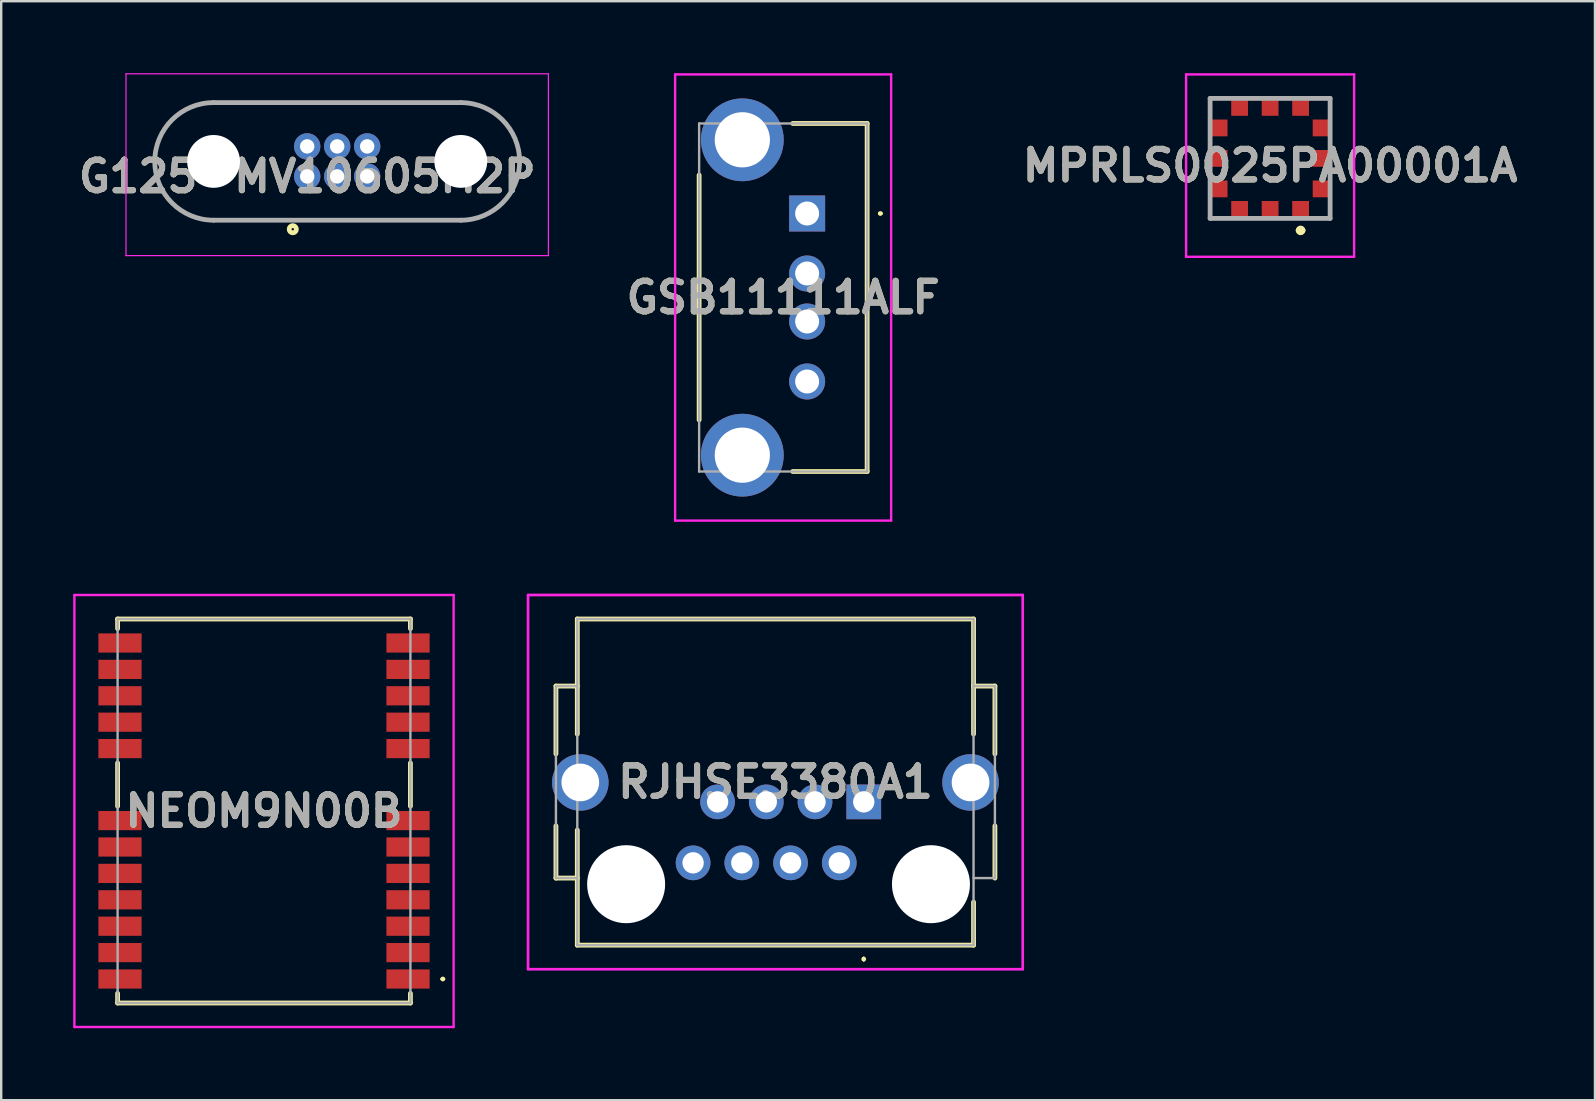
<source format=kicad_pcb>
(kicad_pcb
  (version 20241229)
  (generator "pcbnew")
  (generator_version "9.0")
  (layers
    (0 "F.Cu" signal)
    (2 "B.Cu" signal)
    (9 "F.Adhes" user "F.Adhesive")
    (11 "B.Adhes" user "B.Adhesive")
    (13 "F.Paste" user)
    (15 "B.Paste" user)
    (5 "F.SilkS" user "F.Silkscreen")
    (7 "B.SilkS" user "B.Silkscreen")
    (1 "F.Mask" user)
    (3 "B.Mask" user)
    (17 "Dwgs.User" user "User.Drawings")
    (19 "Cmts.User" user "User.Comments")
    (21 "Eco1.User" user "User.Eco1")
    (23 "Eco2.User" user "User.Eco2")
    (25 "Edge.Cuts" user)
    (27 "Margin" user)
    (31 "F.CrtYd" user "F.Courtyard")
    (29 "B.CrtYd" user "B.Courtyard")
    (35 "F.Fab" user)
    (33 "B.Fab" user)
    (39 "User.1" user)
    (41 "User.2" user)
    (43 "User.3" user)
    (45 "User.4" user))
  (footprint "RJHSE3380A1"
    (layer "F.Cu")
    (at 32.938 30.36)
    (property "Reference" "RJHSE3380A1" (at -3.68 -0.825 0) (layer "F.SilkS") (effects (font (size 1.27 1.27) (thickness 0.254))))
    (attr through_hole)
    (fp_line (start -12.825 -4.825) (end -11.935 -4.825) (stroke (width 0.2) (type solid)) (layer "F.SilkS"))
    (fp_line (start -12.825 -2) (end -12.825 -4.825) (stroke (width 0.2) (type solid)) (layer "F.SilkS"))
    (fp_line (start -12.825 1) (end -12.825 3.175) (stroke (width 0.2) (type solid)) (layer "F.SilkS"))
    (fp_line (start -12.825 3.175) (end -11.935 3.175) (stroke (width 0.2) (type solid)) (layer "F.SilkS"))
    (fp_line (start -11.935 -7.62) (end 4.575 -7.62) (stroke (width 0.2) (type solid)) (layer "F.SilkS"))
    (fp_line (start -11.935 -2.825) (end -11.935 -7.62) (stroke (width 0.2) (type solid)) (layer "F.SilkS"))
    (fp_line (start -11.935 1.175) (end -11.935 5.97) (stroke (width 0.2) (type solid)) (layer "F.SilkS"))
    (fp_line (start -11.935 5.97) (end 4.575 5.97) (stroke (width 0.2) (type solid)) (layer "F.SilkS"))
    (fp_line (start 0 6.5) (end 0 6.5) (stroke (width 0.1) (type solid)) (layer "F.SilkS"))
    (fp_line (start 0 6.6) (end 0 6.6) (stroke (width 0.1) (type solid)) (layer "F.SilkS"))
    (fp_line (start 4.575 -7.62) (end 4.575 -2.825) (stroke (width 0.2) (type solid)) (layer "F.SilkS"))
    (fp_line (start 4.575 -4.825) (end 5.465 -4.825) (stroke (width 0.2) (type solid)) (layer "F.SilkS"))
    (fp_line (start 4.575 5.97) (end 4.575 4.175) (stroke (width 0.2) (type solid)) (layer "F.SilkS"))
    (fp_line (start 5.465 -4.825) (end 5.465 -2) (stroke (width 0.2) (type solid)) (layer "F.SilkS"))
    (fp_line (start 5.465 1) (end 5.465 3.175) (stroke (width 0.2) (type solid)) (layer "F.SilkS"))
    (fp_arc (start 0 6.5) (mid 0.05 6.55) (end 0 6.6) (stroke (width 0.1) (type solid)) (layer "F.SilkS"))
    (fp_arc (start 0 6.6) (mid -0.05 6.55) (end 0 6.5) (stroke (width 0.1) (type solid)) (layer "F.SilkS"))
    (fp_line (start -13.988 -8.62) (end 6.628 -8.62) (stroke (width 0.1) (type solid)) (layer "F.CrtYd"))
    (fp_line (start -13.988 -8.62) (end 6.628 -8.62) (stroke (width 0.1) (type solid)) (layer "F.CrtYd"))
    (fp_line (start -13.988 6.97) (end -13.988 -8.62) (stroke (width 0.1) (type solid)) (layer "F.CrtYd"))
    (fp_line (start -13.988 6.97) (end -13.988 -8.62) (stroke (width 0.1) (type solid)) (layer "F.CrtYd"))
    (fp_line (start 6.628 -8.62) (end 6.628 6.97) (stroke (width 0.1) (type solid)) (layer "F.CrtYd"))
    (fp_line (start 6.628 -8.62) (end 6.628 6.97) (stroke (width 0.1) (type solid)) (layer "F.CrtYd"))
    (fp_line (start 6.628 6.97) (end -13.988 6.97) (stroke (width 0.1) (type solid)) (layer "F.CrtYd"))
    (fp_line (start 6.628 6.97) (end -13.988 6.97) (stroke (width 0.1) (type solid)) (layer "F.CrtYd"))
    (fp_line (start -12.825 -4.825) (end -12.825 3.175) (stroke (width 0.1) (type solid)) (layer "F.Fab"))
    (fp_line (start -12.825 3.175) (end -11.935 3.175) (stroke (width 0.1) (type solid)) (layer "F.Fab"))
    (fp_line (start -11.935 -7.62) (end 4.575 -7.62) (stroke (width 0.1) (type solid)) (layer "F.Fab"))
    (fp_line (start -11.935 -4.825) (end -12.825 -4.825) (stroke (width 0.1) (type solid)) (layer "F.Fab"))
    (fp_line (start -11.935 5.97) (end -11.935 -7.62) (stroke (width 0.1) (type solid)) (layer "F.Fab"))
    (fp_line (start 4.575 -7.62) (end 4.575 5.97) (stroke (width 0.1) (type solid)) (layer "F.Fab"))
    (fp_line (start 4.575 -4.825) (end 5.465 -4.825) (stroke (width 0.1) (type solid)) (layer "F.Fab"))
    (fp_line (start 4.575 5.97) (end -11.935 5.97) (stroke (width 0.1) (type solid)) (layer "F.Fab"))
    (fp_line (start 5.465 -4.825) (end 5.465 3.175) (stroke (width 0.1) (type solid)) (layer "F.Fab"))
    (fp_line (start 5.465 3.175) (end 4.575 3.175) (stroke (width 0.1) (type solid)) (layer "F.Fab"))
    (fp_text user "${REFERENCE}" (at -3.68 -0.825 0) (layer "F.Fab") (effects (font (size 1.27 1.27) (thickness 0.254))))
    (pad "" np_thru_hole circle (at -9.9 3.43) (size 3.25 3.25) (drill 3.25) (layers "*.Cu" "*.Mask"))
    (pad "" np_thru_hole circle (at 2.8 3.43) (size 3.25 3.25) (drill 3.25) (layers "*.Cu" "*.Mask"))
    (pad "1" thru_hole rect (at 0 0) (size 1.446 1.446) (drill 0.89) (layers "*.Cu" "*.Mask"))
    (pad "2" thru_hole circle (at -1.02 2.54) (size 1.446 1.446) (drill 0.89) (layers "*.Cu" "*.Mask"))
    (pad "3" thru_hole circle (at -2.03 0) (size 1.446 1.446) (drill 0.89) (layers "*.Cu" "*.Mask"))
    (pad "4" thru_hole circle (at -3.05 2.54) (size 1.446 1.446) (drill 0.89) (layers "*.Cu" "*.Mask"))
    (pad "5" thru_hole circle (at -4.06 0) (size 1.446 1.446) (drill 0.89) (layers "*.Cu" "*.Mask"))
    (pad "6" thru_hole circle (at -5.08 2.54) (size 1.446 1.446) (drill 0.89) (layers "*.Cu" "*.Mask"))
    (pad "7" thru_hole circle (at -6.09 0) (size 1.446 1.446) (drill 0.89) (layers "*.Cu" "*.Mask"))
    (pad "8" thru_hole circle (at -7.11 2.54) (size 1.446 1.446) (drill 0.89) (layers "*.Cu" "*.Mask"))
    (pad "MH1" thru_hole circle (at 4.45 -0.81) (size 2.355 2.355) (drill 1.57) (layers "*.Cu" "*.Mask"))
    (pad "MH2" thru_hole circle (at -11.81 -0.81) (size 2.355 2.355) (drill 1.57) (layers "*.Cu" "*.Mask")))
  (footprint "NEOM9N00B"
    (layer "F.Cu")
    (at 7.95 30.74)
    (property "Reference" "NEOM9N00B" (at 0 0 0) (layer "F.SilkS") (effects (font (size 1.27 1.27) (thickness 0.254))))
    (attr smd)
    (fp_line (start -6.1 -8) (end 6.1 -8) (stroke (width 0.2) (type solid)) (layer "F.SilkS"))
    (fp_line (start -6.1 -7.6) (end -6.1 -8) (stroke (width 0.2) (type solid)) (layer "F.SilkS"))
    (fp_line (start -6.1 -2) (end -6.1 -0.2) (stroke (width 0.2) (type solid)) (layer "F.SilkS"))
    (fp_line (start -6.1 8) (end -6.1 7.6) (stroke (width 0.2) (type solid)) (layer "F.SilkS"))
    (fp_line (start 6.1 -8) (end 6.1 -7.6) (stroke (width 0.2) (type solid)) (layer "F.SilkS"))
    (fp_line (start 6.1 -2) (end 6.1 -0.2) (stroke (width 0.2) (type solid)) (layer "F.SilkS"))
    (fp_line (start 6.1 7.6) (end 6.1 8) (stroke (width 0.2) (type solid)) (layer "F.SilkS"))
    (fp_line (start 6.1 8) (end -6.1 8) (stroke (width 0.2) (type solid)) (layer "F.SilkS"))
    (fp_line (start 7.4 7) (end 7.4 7) (stroke (width 0.1) (type solid)) (layer "F.SilkS"))
    (fp_line (start 7.5 7) (end 7.5 7) (stroke (width 0.1) (type solid)) (layer "F.SilkS"))
    (fp_arc (start 7.4 7) (mid 7.45 6.95) (end 7.5 7) (stroke (width 0.1) (type solid)) (layer "F.SilkS"))
    (fp_arc (start 7.5 7) (mid 7.45 7.05) (end 7.4 7) (stroke (width 0.1) (type solid)) (layer "F.SilkS"))
    (fp_line (start -7.9 -9) (end 7.9 -9) (stroke (width 0.1) (type solid)) (layer "F.CrtYd"))
    (fp_line (start -7.9 9) (end -7.9 -9) (stroke (width 0.1) (type solid)) (layer "F.CrtYd"))
    (fp_line (start 7.9 -9) (end 7.9 9) (stroke (width 0.1) (type solid)) (layer "F.CrtYd"))
    (fp_line (start 7.9 9) (end -7.9 9) (stroke (width 0.1) (type solid)) (layer "F.CrtYd"))
    (fp_line (start -6.1 -8) (end -6.1 8) (stroke (width 0.1) (type solid)) (layer "F.Fab"))
    (fp_line (start -6.1 8) (end 6.1 8) (stroke (width 0.1) (type solid)) (layer "F.Fab"))
    (fp_line (start 6.1 -8) (end -6.1 -8) (stroke (width 0.1) (type solid)) (layer "F.Fab"))
    (fp_line (start 6.1 8) (end 6.1 -8) (stroke (width 0.1) (type solid)) (layer "F.Fab"))
    (fp_text user "${REFERENCE}" (at 0 0 0) (layer "F.Fab") (effects (font (size 1.27 1.27) (thickness 0.254))))
    (pad "1" smd rect (at 6 7 90) (size 0.8 1.8) (layers "F.Cu" "F.Mask" "F.Paste"))
    (pad "2" smd rect (at 6 5.9 90) (size 0.8 1.8) (layers "F.Cu" "F.Mask" "F.Paste"))
    (pad "3" smd rect (at 6 4.8 90) (size 0.8 1.8) (layers "F.Cu" "F.Mask" "F.Paste"))
    (pad "4" smd rect (at 6 3.7 90) (size 0.8 1.8) (layers "F.Cu" "F.Mask" "F.Paste"))
    (pad "5" smd rect (at 6 2.6 90) (size 0.8 1.8) (layers "F.Cu" "F.Mask" "F.Paste"))
    (pad "6" smd rect (at 6 1.5 90) (size 0.8 1.8) (layers "F.Cu" "F.Mask" "F.Paste"))
    (pad "7" smd rect (at 6 0.4 90) (size 0.8 1.8) (layers "F.Cu" "F.Mask" "F.Paste"))
    (pad "8" smd rect (at 6 -2.6 90) (size 0.8 1.8) (layers "F.Cu" "F.Mask" "F.Paste"))
    (pad "9" smd rect (at 6 -3.7 90) (size 0.8 1.8) (layers "F.Cu" "F.Mask" "F.Paste"))
    (pad "10" smd rect (at 6 -4.8 90) (size 0.8 1.8) (layers "F.Cu" "F.Mask" "F.Paste"))
    (pad "11" smd rect (at 6 -5.9 90) (size 0.8 1.8) (layers "F.Cu" "F.Mask" "F.Paste"))
    (pad "12" smd rect (at 6 -7 90) (size 0.8 1.8) (layers "F.Cu" "F.Mask" "F.Paste"))
    (pad "13" smd rect (at -6 -7 90) (size 0.8 1.8) (layers "F.Cu" "F.Mask" "F.Paste"))
    (pad "14" smd rect (at -6 -5.9 90) (size 0.8 1.8) (layers "F.Cu" "F.Mask" "F.Paste"))
    (pad "15" smd rect (at -6 -4.8 90) (size 0.8 1.8) (layers "F.Cu" "F.Mask" "F.Paste"))
    (pad "16" smd rect (at -6 -3.7 90) (size 0.8 1.8) (layers "F.Cu" "F.Mask" "F.Paste"))
    (pad "17" smd rect (at -6 -2.6 90) (size 0.8 1.8) (layers "F.Cu" "F.Mask" "F.Paste"))
    (pad "18" smd rect (at -6 0.4 90) (size 0.8 1.8) (layers "F.Cu" "F.Mask" "F.Paste"))
    (pad "19" smd rect (at -6 1.5 90) (size 0.8 1.8) (layers "F.Cu" "F.Mask" "F.Paste"))
    (pad "20" smd rect (at -6 2.6 90) (size 0.8 1.8) (layers "F.Cu" "F.Mask" "F.Paste"))
    (pad "21" smd rect (at -6 3.7 90) (size 0.8 1.8) (layers "F.Cu" "F.Mask" "F.Paste"))
    (pad "22" smd rect (at -6 4.8 90) (size 0.8 1.8) (layers "F.Cu" "F.Mask" "F.Paste"))
    (pad "23" smd rect (at -6 5.9 90) (size 0.8 1.8) (layers "F.Cu" "F.Mask" "F.Paste"))
    (pad "24" smd rect (at -6 7 90) (size 0.8 1.8) (layers "F.Cu" "F.Mask" "F.Paste")))
  (footprint "GSB11111ALF"
    (layer "F.Cu")
    (at 30.579 5.845)
    (property "Reference" "GSB11111ALF" (at -1 3.5 0) (layer "F.SilkS") (effects (font (size 1.27 1.27) (thickness 0.254))))
    (attr through_hole)
    (fp_line (start -4.5 -1.6) (end -4.5 8.6) (stroke (width 0.2) (type solid)) (layer "F.SilkS"))
    (fp_line (start -0.6 -3.75) (end 2.5 -3.75) (stroke (width 0.2) (type solid)) (layer "F.SilkS"))
    (fp_line (start 2.5 -3.75) (end 2.5 10.75) (stroke (width 0.2) (type solid)) (layer "F.SilkS"))
    (fp_line (start 2.5 10.75) (end -0.6 10.75) (stroke (width 0.2) (type solid)) (layer "F.SilkS"))
    (fp_line (start 3 0) (end 3 0) (stroke (width 0.1) (type solid)) (layer "F.SilkS"))
    (fp_line (start 3.1 0) (end 3.1 0) (stroke (width 0.1) (type solid)) (layer "F.SilkS"))
    (fp_arc (start 3 0) (mid 3.05 -0.05) (end 3.1 0) (stroke (width 0.1) (type solid)) (layer "F.SilkS"))
    (fp_arc (start 3.1 0) (mid 3.05 0.05) (end 3 0) (stroke (width 0.1) (type solid)) (layer "F.SilkS"))
    (fp_line (start -5.5 -5.795) (end 3.5 -5.795) (stroke (width 0.1) (type solid)) (layer "F.CrtYd"))
    (fp_line (start -5.5 12.795) (end -5.5 -5.795) (stroke (width 0.1) (type solid)) (layer "F.CrtYd"))
    (fp_line (start 3.5 -5.795) (end 3.5 12.795) (stroke (width 0.1) (type solid)) (layer "F.CrtYd"))
    (fp_line (start 3.5 12.795) (end -5.5 12.795) (stroke (width 0.1) (type solid)) (layer "F.CrtYd"))
    (fp_line (start -4.5 -3.75) (end 2.5 -3.75) (stroke (width 0.1) (type solid)) (layer "F.Fab"))
    (fp_line (start -4.5 10.75) (end -4.5 -3.75) (stroke (width 0.1) (type solid)) (layer "F.Fab"))
    (fp_line (start 2.5 -3.75) (end 2.5 10.75) (stroke (width 0.1) (type solid)) (layer "F.Fab"))
    (fp_line (start 2.5 10.75) (end -4.5 10.75) (stroke (width 0.1) (type solid)) (layer "F.Fab"))
    (fp_text user "${REFERENCE}" (at -1 3.5 0) (layer "F.Fab") (effects (font (size 1.27 1.27) (thickness 0.254))))
    (pad "1" thru_hole rect (at 0 0) (size 1.5 1.5) (drill 1) (layers "*.Cu" "*.Mask"))
    (pad "2" thru_hole circle (at 0 2.5) (size 1.5 1.5) (drill 1) (layers "*.Cu" "*.Mask"))
    (pad "3" thru_hole circle (at 0 4.5) (size 1.5 1.5) (drill 1) (layers "*.Cu" "*.Mask"))
    (pad "4" thru_hole circle (at 0 7) (size 1.5 1.5) (drill 1) (layers "*.Cu" "*.Mask"))
    (pad "MH1" thru_hole circle (at -2.7 -3.07) (size 3.45 3.45) (drill 2.3) (layers "*.Cu" "*.Mask"))
    (pad "MH2" thru_hole circle (at -2.7 10.07) (size 3.45 3.45) (drill 2.3) (layers "*.Cu" "*.Mask")))
  (footprint "MPRLS0025PA00001A"
    (layer "F.Cu")
    (at 49.869 3.55)
    (property "Reference" "MPRLS0025PA00001A" (at 0 0.3 0) (layer "F.SilkS") (effects (font (size 1.27 1.27) (thickness 0.254))))
    (attr smd)
    (fp_line (start -2.5 -2.5) (end -2.5 -1.9) (stroke (width 0.1) (type solid)) (layer "F.SilkS"))
    (fp_line (start -2.5 2.5) (end -2.5 1.9) (stroke (width 0.1) (type solid)) (layer "F.SilkS"))
    (fp_line (start -1.9 -2.5) (end -2.5 -2.5) (stroke (width 0.1) (type solid)) (layer "F.SilkS"))
    (fp_line (start -1.9 2.5) (end -2.5 2.5) (stroke (width 0.1) (type solid)) (layer "F.SilkS"))
    (fp_line (start 1.17 3) (end 1.17 3) (stroke (width 0.2) (type solid)) (layer "F.SilkS"))
    (fp_line (start 1.37 3) (end 1.37 3) (stroke (width 0.2) (type solid)) (layer "F.SilkS"))
    (fp_line (start 2.5 -2.5) (end 1.9 -2.5) (stroke (width 0.1) (type solid)) (layer "F.SilkS"))
    (fp_line (start 2.5 -1.9) (end 2.5 -2.5) (stroke (width 0.1) (type solid)) (layer "F.SilkS"))
    (fp_line (start 2.5 1.9) (end 2.5 2.5) (stroke (width 0.1) (type solid)) (layer "F.SilkS"))
    (fp_line (start 2.5 2.5) (end 1.9 2.5) (stroke (width 0.1) (type solid)) (layer "F.SilkS"))
    (fp_arc (start 1.17 3) (mid 1.27 2.9) (end 1.37 3) (stroke (width 0.2) (type solid)) (layer "F.SilkS"))
    (fp_arc (start 1.37 3) (mid 1.27 3.1) (end 1.17 3) (stroke (width 0.2) (type solid)) (layer "F.SilkS"))
    (fp_line (start -3.5 -3.5) (end -3.5 4.1) (stroke (width 0.1) (type solid)) (layer "F.CrtYd"))
    (fp_line (start -3.5 4.1) (end 3.5 4.1) (stroke (width 0.1) (type solid)) (layer "F.CrtYd"))
    (fp_line (start 3.5 -3.5) (end -3.5 -3.5) (stroke (width 0.1) (type solid)) (layer "F.CrtYd"))
    (fp_line (start 3.5 4.1) (end 3.5 -3.5) (stroke (width 0.1) (type solid)) (layer "F.CrtYd"))
    (fp_line (start -2.5 -2.5) (end -2.5 2.5) (stroke (width 0.2) (type solid)) (layer "F.Fab"))
    (fp_line (start -2.5 2.5) (end 2.5 2.5) (stroke (width 0.2) (type solid)) (layer "F.Fab"))
    (fp_line (start 2.5 -2.5) (end -2.5 -2.5) (stroke (width 0.2) (type solid)) (layer "F.Fab"))
    (fp_line (start 2.5 2.5) (end 2.5 -2.5) (stroke (width 0.2) (type solid)) (layer "F.Fab"))
    (fp_text user "${REFERENCE}" (at 0 0.3 0) (layer "F.Fab") (effects (font (size 1.27 1.27) (thickness 0.254))))
    (pad "1" smd rect (at 1.27 2.1 90) (size 0.65 0.7) (layers "F.Cu" "F.Mask" "F.Paste"))
    (pad "2" smd rect (at 0 2.1 90) (size 0.65 0.7) (layers "F.Cu" "F.Mask" "F.Paste"))
    (pad "3" smd rect (at -1.27 2.1 90) (size 0.65 0.7) (layers "F.Cu" "F.Mask" "F.Paste"))
    (pad "4" smd rect (at -2.1 1.27) (size 0.65 0.7) (layers "F.Cu" "F.Mask" "F.Paste"))
    (pad "5" smd rect (at -2.1 0) (size 0.65 0.7) (layers "F.Cu" "F.Mask" "F.Paste"))
    (pad "6" smd rect (at -2.1 -1.27) (size 0.65 0.7) (layers "F.Cu" "F.Mask" "F.Paste"))
    (pad "7" smd rect (at -1.27 -2.1 90) (size 0.65 0.7) (layers "F.Cu" "F.Mask" "F.Paste"))
    (pad "8" smd rect (at 0 -2.1 90) (size 0.65 0.7) (layers "F.Cu" "F.Mask" "F.Paste"))
    (pad "9" smd rect (at 1.27 -2.1 90) (size 0.65 0.7) (layers "F.Cu" "F.Mask" "F.Paste"))
    (pad "10" smd rect (at 2.1 -1.27) (size 0.65 0.7) (layers "F.Cu" "F.Mask" "F.Paste"))
    (pad "11" smd rect (at 2.1 0) (size 0.65 0.7) (layers "F.Cu" "F.Mask" "F.Paste"))
    (pad "12" smd rect (at 2.1 1.27) (size 0.65 0.7) (layers "F.Cu" "F.Mask" "F.Paste")))
  (footprint "G125-MV10605M2P"
    (layer "F.Cu")
    (at 9.749 4.3)
    (property "Reference" "G125-MV10605M2P" (at 0 0 0) (layer "F.SilkS") (effects (font (size 1.27 1.27) (thickness 0.254))))
    (attr through_hole)
    (fp_line (start -3.9 -3.075) (end 6.4 -3.075) (stroke (width 0.1) (type solid)) (layer "F.SilkS"))
    (fp_line (start 6.4 1.825) (end -3.9 1.825) (stroke (width 0.1) (type solid)) (layer "F.SilkS"))
    (fp_arc (start -3.9 1.825) (mid -6.35 -0.625) (end -3.9 -3.075) (stroke (width 0.1) (type solid)) (layer "F.SilkS"))
    (fp_arc (start 6.4 -3.075) (mid 8.85 -0.625) (end 6.4 1.825) (stroke (width 0.1) (type solid)) (layer "F.SilkS"))
    (fp_circle (center -0.6 2.2) (end -0.6 2.25) (stroke (width 0.2) (type solid)) (fill no) (layer "F.SilkS"))
    (fp_line (start -7.55 -4.275) (end 10.05 -4.275) (stroke (width 0.05) (type solid)) (layer "F.CrtYd"))
    (fp_line (start -7.55 3.3) (end -7.55 -4.275) (stroke (width 0.05) (type solid)) (layer "F.CrtYd"))
    (fp_line (start 10.05 -4.275) (end 10.05 3.3) (stroke (width 0.05) (type solid)) (layer "F.CrtYd"))
    (fp_line (start 10.05 3.3) (end -7.55 3.3) (stroke (width 0.05) (type solid)) (layer "F.CrtYd"))
    (fp_line (start -3.9 -3.075) (end 6.4 -3.075) (stroke (width 0.2) (type solid)) (layer "F.Fab"))
    (fp_line (start 6.4 1.825) (end -3.9 1.825) (stroke (width 0.2) (type solid)) (layer "F.Fab"))
    (fp_arc (start -3.9 1.825) (mid -6.35 -0.625) (end -3.9 -3.075) (stroke (width 0.2) (type solid)) (layer "F.Fab"))
    (fp_arc (start 6.4 -3.075) (mid 8.85 -0.625) (end 6.4 1.825) (stroke (width 0.2) (type solid)) (layer "F.Fab"))
    (fp_text user "${REFERENCE}" (at 0 0 0) (layer "F.Fab") (effects (font (size 1.27 1.27) (thickness 0.254))))
    (pad "" np_thru_hole circle (at -3.9 -0.625) (size 2.2 2.2) (drill 2.2) (layers "*.Cu" "*.Mask"))
    (pad "" np_thru_hole circle (at 6.4 -0.625) (size 2.2 2.2) (drill 2.2) (layers "*.Cu" "*.Mask"))
    (pad "1" thru_hole circle (at 0 0) (size 1.1 1.1) (drill 0.6) (layers "*.Cu" "*.Mask"))
    (pad "2" thru_hole circle (at 1.25 0) (size 1.1 1.1) (drill 0.6) (layers "*.Cu" "*.Mask"))
    (pad "3" thru_hole circle (at 2.5 0) (size 1.1 1.1) (drill 0.6) (layers "*.Cu" "*.Mask"))
    (pad "4" thru_hole circle (at 0 -1.25) (size 1.1 1.1) (drill 0.6) (layers "*.Cu" "*.Mask"))
    (pad "5" thru_hole circle (at 1.25 -1.25) (size 1.1 1.1) (drill 0.6) (layers "*.Cu" "*.Mask"))
    (pad "6" thru_hole circle (at 2.5 -1.25) (size 1.1 1.1) (drill 0.6) (layers "*.Cu" "*.Mask")))
  (gr_rect
    (start -3 -3)
    (end 63.404 42.79)
    (stroke (width 0.1) (type default))
    (fill no)
    (layer "Edge.Cuts")))
</source>
